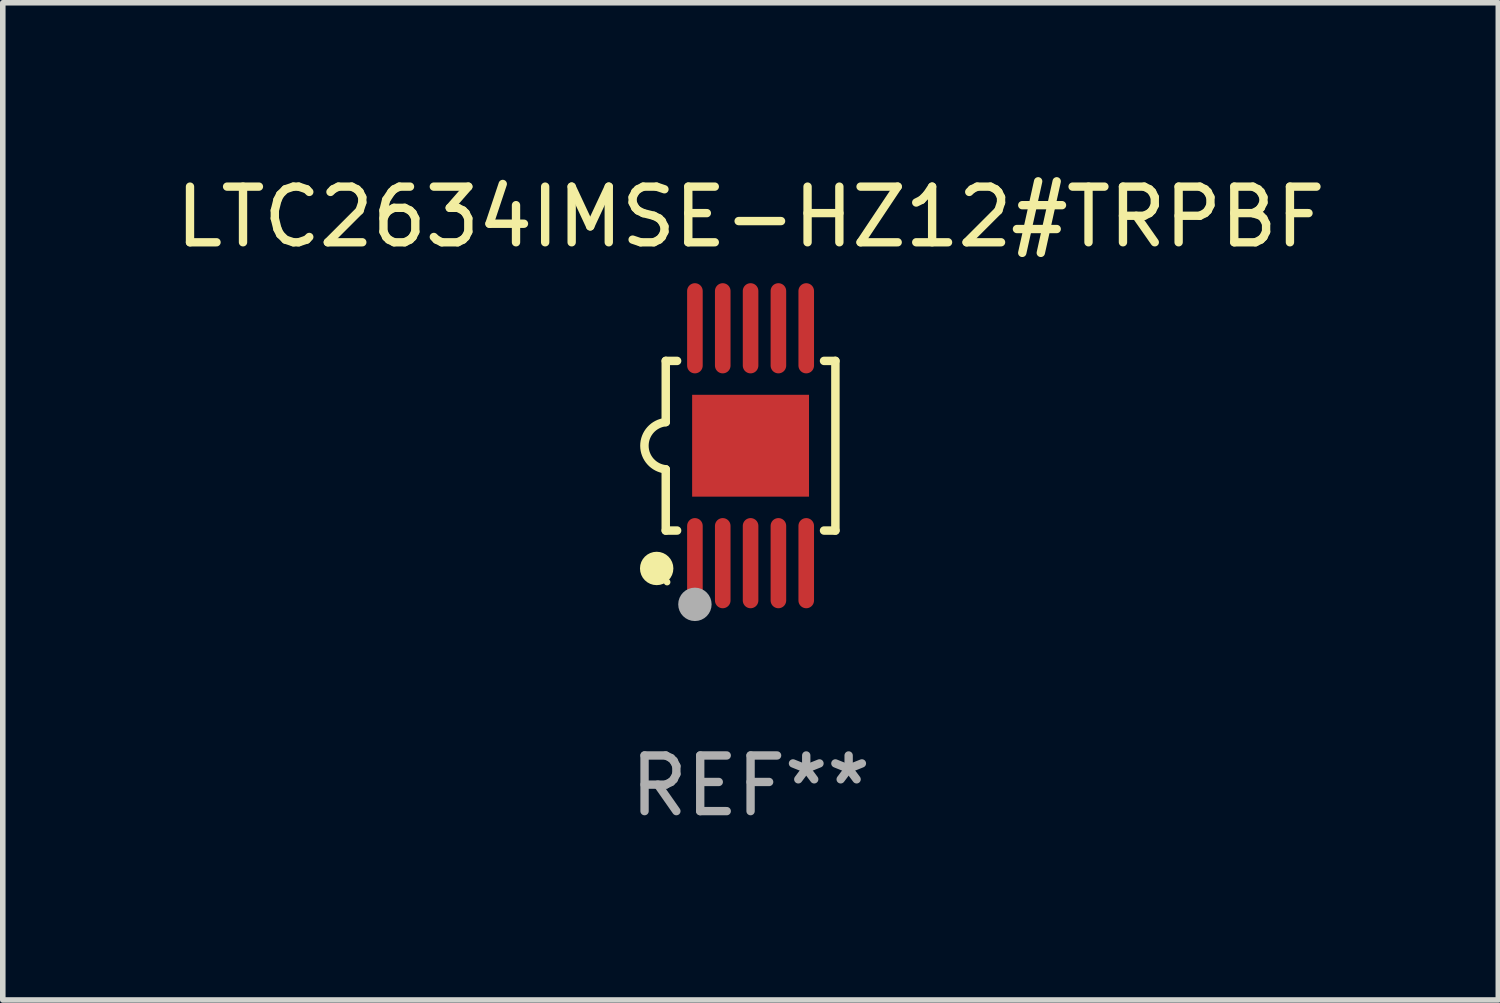
<source format=kicad_pcb>
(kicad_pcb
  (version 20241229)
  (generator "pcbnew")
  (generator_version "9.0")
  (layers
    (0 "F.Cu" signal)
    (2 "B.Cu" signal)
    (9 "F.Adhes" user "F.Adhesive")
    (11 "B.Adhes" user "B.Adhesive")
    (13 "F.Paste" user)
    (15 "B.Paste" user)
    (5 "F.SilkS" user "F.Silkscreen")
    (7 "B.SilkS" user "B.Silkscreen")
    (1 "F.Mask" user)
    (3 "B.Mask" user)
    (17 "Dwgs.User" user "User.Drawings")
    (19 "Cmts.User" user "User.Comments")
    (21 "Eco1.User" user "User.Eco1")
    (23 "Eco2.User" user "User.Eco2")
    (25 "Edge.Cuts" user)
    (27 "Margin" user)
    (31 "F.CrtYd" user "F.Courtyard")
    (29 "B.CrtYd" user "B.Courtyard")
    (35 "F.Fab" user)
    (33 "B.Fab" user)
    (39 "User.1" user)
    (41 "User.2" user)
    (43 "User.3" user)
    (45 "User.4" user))
  (footprint "LTC2634IMSE-HZ12#TRPBF"
    (layer "F.Cu")
    (at 10.435 4.958)
    (property "Reference" "LTC2634IMSE-HZ12#TRPBF" (at 0 -4.11 0) (layer "F.SilkS") (effects (font (size 1 1) (thickness 0.15))))
    (attr through_hole)
    (fp_line (start -1.524 -1.524) (end -1.524 -0.424) (stroke (width 0.152) (type solid)) (layer "F.SilkS"))
    (fp_line (start -1.524 1.524) (end -1.524 0.424) (stroke (width 0.152) (type solid)) (layer "F.SilkS"))
    (fp_line (start -1.524 1.524) (end -1.32 1.524) (stroke (width 0.152) (type solid)) (layer "F.SilkS"))
    (fp_line (start -1.32 -1.524) (end -1.524 -1.524) (stroke (width 0.152) (type solid)) (layer "F.SilkS"))
    (fp_line (start 1.32 1.524) (end 1.524 1.524) (stroke (width 0.152) (type solid)) (layer "F.SilkS"))
    (fp_line (start 1.524 -1.524) (end 1.32 -1.524) (stroke (width 0.152) (type solid)) (layer "F.SilkS"))
    (fp_line (start 1.524 1.524) (end 1.524 -1.524) (stroke (width 0.152) (type solid)) (layer "F.SilkS"))
    (fp_arc (start -1.524003 0.424003) (mid -1.906663 -0.000089) (end -1.524004 -0.424181) (stroke (width 0.151994) (type solid)) (layer "F.SilkS"))
    (fp_circle (center -1.687 2.205) (end -1.537 2.205) (stroke (width 0.3) (type solid)) (fill no) (layer "F.SilkS"))
    (fp_circle (center -1.5 2.45) (end -1.47 2.45) (stroke (width 0.06) (type solid)) (fill no) (layer "F.SilkS"))
    (fp_circle (center -1 2.85) (end -0.85 2.85) (stroke (width 0.3) (type solid)) (fill no) (layer "F.Fab"))
    (fp_text user "REF**" (at 0 6.11 0) (layer "F.Fab") (effects (font (size 1 1) (thickness 0.15))))
    (pad "1" smd oval (at -1 2.11) (size 0.28 1.62) (layers "F.Cu" "F.Mask" "F.Paste"))
    (pad "2" smd oval (at -0.5 2.11) (size 0.28 1.62) (layers "F.Cu" "F.Mask" "F.Paste"))
    (pad "3" smd oval (at 0 2.11) (size 0.28 1.62) (layers "F.Cu" "F.Mask" "F.Paste"))
    (pad "4" smd oval (at 0.5 2.11) (size 0.28 1.62) (layers "F.Cu" "F.Mask" "F.Paste"))
    (pad "5" smd oval (at 1 2.11) (size 0.28 1.62) (layers "F.Cu" "F.Mask" "F.Paste"))
    (pad "6" smd oval (at 1 -2.11) (size 0.28 1.62) (layers "F.Cu" "F.Mask" "F.Paste"))
    (pad "7" smd oval (at 0.5 -2.11) (size 0.28 1.62) (layers "F.Cu" "F.Mask" "F.Paste"))
    (pad "8" smd oval (at 0 -2.11) (size 0.28 1.62) (layers "F.Cu" "F.Mask" "F.Paste"))
    (pad "9" smd oval (at -0.5 -2.11) (size 0.28 1.62) (layers "F.Cu" "F.Mask" "F.Paste"))
    (pad "10" smd oval (at -1 -2.11) (size 0.28 1.62) (layers "F.Cu" "F.Mask" "F.Paste"))
    (pad "11" smd rect (at 0 0) (size 2.1 1.83) (layers "F.Cu" "F.Mask" "F.Paste")))
  (gr_rect
    (start -3 -3)
    (end 23.869 14.916)
    (stroke (width 0.1) (type default))
    (fill no)
    (layer "Edge.Cuts")))
</source>
